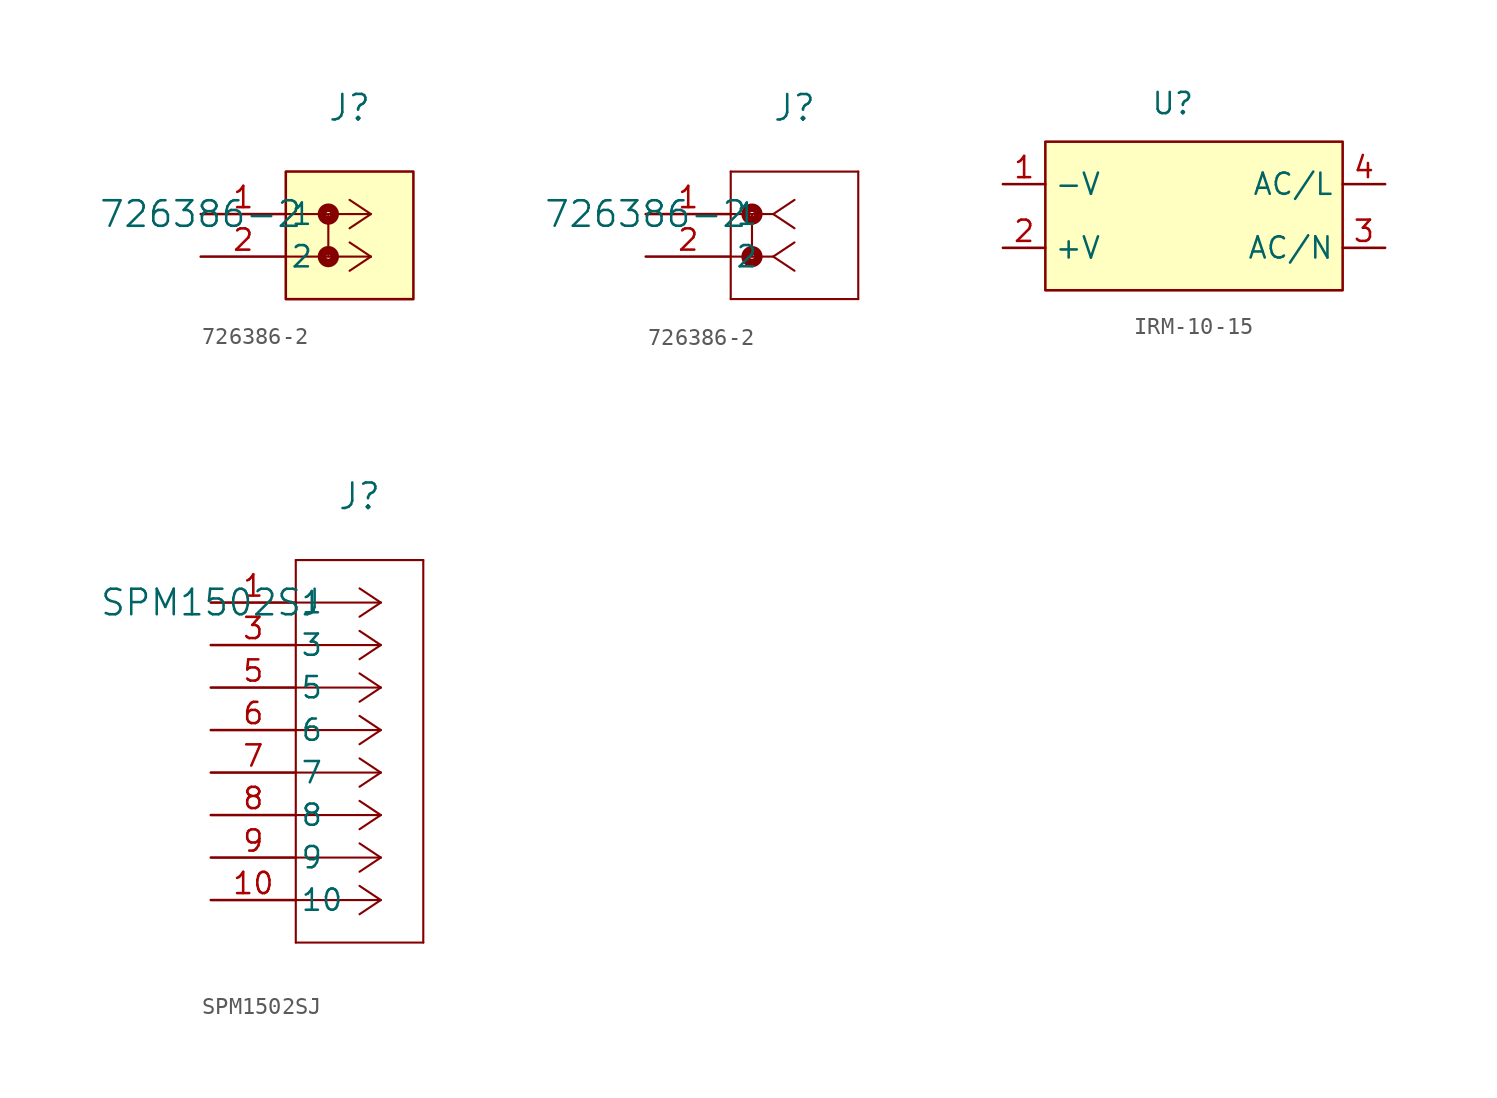
<source format=kicad_sym>
(kicad_symbol_lib
  (version 20241209)
  (generator "kicad_symbol_editor")
  (generator_version "9.0")
  (symbol "726386-2"
    (pin_names
      (offset 0.254))
    (property "Reference" "J"
      (at 8.89 6.35 0)
      (effects (font (size 1.524 1.524))))
    (property "Value" "726386-2"
      (at 0 0 0)
      (effects (font (size 1.524 1.524))))
    (property "ki_locked" ""
      (at 0 0 0)
      (effects (font (size 1.27 1.27))))
    (symbol "726386-2_1_1"
      (rectangle (start 5.08 2.54) (end 12.7 -5.08) (stroke (width 0) (type default)) (fill (type color) (color 255 255 194 1)))
      (circle (center 7.62 0) (radius 0.127) (stroke (width 0.508) (type default)) (fill (type none)))
      (polyline (pts (xy 7.62 0) (xy 7.62 -2.54)) (stroke (width 0.127) (type default)) (fill (type none)))
      (circle (center 7.62 -2.54) (radius 0.127) (stroke (width 0.508) (type default)) (fill (type none)))
      (polyline (pts (xy 10.16 0) (xy 8.89 -0.847)) (stroke (width 0.127) (type default)) (fill (type none)))
      (polyline (pts (xy 10.16 0) (xy 5.08 0)) (stroke (width 0.127) (type default)) (fill (type none)))
      (polyline (pts (xy 10.16 0) (xy 8.89 0.847)) (stroke (width 0.127) (type default)) (fill (type none)))
      (polyline (pts (xy 10.16 -2.54) (xy 8.89 -1.693)) (stroke (width 0.127) (type default)) (fill (type none)))
      (polyline (pts (xy 10.16 -2.54) (xy 8.89 -3.387)) (stroke (width 0.127) (type default)) (fill (type none)))
      (polyline (pts (xy 10.16 -2.54) (xy 5.08 -2.54)) (stroke (width 0.127) (type default)) (fill (type none)))
      (pin unspecified line (at 0 0 0) (length 5.08) (name "1" (effects (font (size 1.27 1.27)))) (number "1" (effects (font (size 1.27 1.27)))))
      (pin unspecified line (at 0 -2.54 0) (length 5.08) (name "2" (effects (font (size 1.27 1.27)))) (number "2" (effects (font (size 1.27 1.27))))))
    (symbol "726386-2_1_2"
      (polyline (pts (xy 5.08 2.54) (xy 5.08 -5.08)) (stroke (width 0.127) (type default)) (fill (type none)))
      (polyline (pts (xy 5.08 -5.08) (xy 12.7 -5.08)) (stroke (width 0.127) (type default)) (fill (type none)))
      (polyline (pts (xy 6.35 0) (xy 6.35 -2.54)) (stroke (width 0.127) (type default)) (fill (type none)))
      (circle (center 6.35 0) (radius 0.127) (stroke (width 0.508) (type default)) (fill (type none)))
      (circle (center 6.35 -2.54) (radius 0.127) (stroke (width 0.508) (type default)) (fill (type none)))
      (polyline (pts (xy 7.62 0) (xy 8.89 -0.847)) (stroke (width 0.127) (type default)) (fill (type none)))
      (polyline (pts (xy 7.62 0) (xy 8.89 0.847)) (stroke (width 0.127) (type default)) (fill (type none)))
      (polyline (pts (xy 7.62 0) (xy 5.08 0)) (stroke (width 0.127) (type default)) (fill (type none)))
      (polyline (pts (xy 7.62 -2.54) (xy 8.89 -1.693)) (stroke (width 0.127) (type default)) (fill (type none)))
      (polyline (pts (xy 7.62 -2.54) (xy 5.08 -2.54)) (stroke (width 0.127) (type default)) (fill (type none)))
      (polyline (pts (xy 7.62 -2.54) (xy 8.89 -3.387)) (stroke (width 0.127) (type default)) (fill (type none)))
      (polyline (pts (xy 12.7 2.54) (xy 5.08 2.54)) (stroke (width 0.127) (type default)) (fill (type none)))
      (polyline (pts (xy 12.7 -5.08) (xy 12.7 2.54)) (stroke (width 0.127) (type default)) (fill (type none)))
      (pin unspecified line (at 0 0 0) (length 5.08) (name "1" (effects (font (size 1.27 1.27)))) (number "1" (effects (font (size 1.27 1.27)))))
      (pin unspecified line (at 0 -2.54 0) (length 5.08) (name "2" (effects (font (size 1.27 1.27)))) (number "2" (effects (font (size 1.27 1.27)))))))
  (symbol "IRM-10-15"
    (property "Reference" "U"
      (at 0 7.366 0)
      (effects (font (size 1.27 1.27))))
    (property "Value" ""
      (at 0 0 0)
      (effects (font (size 1.27 1.27))))
    (symbol "IRM-10-15_0_1"
      (rectangle (start -7.62 5.08) (end 10.16 -3.81) (stroke (width 0) (type default)) (fill (type color) (color 255 255 194 1))))
    (symbol "IRM-10-15_1_1"
      (pin input line (at -10.16 2.54 0) (length 2.54) (name "-V" (effects (font (size 1.27 1.27)))) (number "1" (effects (font (size 1.27 1.27)))))
      (pin input line (at -10.16 -1.27 0) (length 2.54) (name "+V" (effects (font (size 1.27 1.27)))) (number "2" (effects (font (size 1.27 1.27)))))
      (pin input line (at 12.7 2.54 180) (length 2.54) (name "AC/L" (effects (font (size 1.27 1.27)))) (number "4" (effects (font (size 1.27 1.27)))))
      (pin input line (at 12.7 -1.27 180) (length 2.54) (name "AC/N" (effects (font (size 1.27 1.27)))) (number "3" (effects (font (size 1.27 1.27)))))))
  (symbol "SPM1502SJ"
    (pin_names
      (offset 0.254))
    (property "Reference" "J"
      (at 8.89 6.35 0)
      (effects (font (size 1.524 1.524))))
    (property "Value" "SPM1502SJ"
      (at 0 0 0)
      (effects (font (size 1.524 1.524))))
    (property "ki_locked" ""
      (at 0 0 0)
      (effects (font (size 1.27 1.27))))
    (symbol "SPM1502SJ_0_1"
      (polyline (pts (xy 5.08 2.54) (xy 5.08 -20.32)) (stroke (width 0.127) (type default)) (fill (type none)))
      (polyline (pts (xy 5.08 -20.32) (xy 12.7 -20.32)) (stroke (width 0.127) (type default)) (fill (type none)))
      (polyline (pts (xy 10.16 0) (xy 5.08 0)) (stroke (width 0.127) (type default)) (fill (type none)))
      (polyline (pts (xy 10.16 0) (xy 8.89 0.847)) (stroke (width 0.127) (type default)) (fill (type none)))
      (polyline (pts (xy 10.16 0) (xy 8.89 -0.847)) (stroke (width 0.127) (type default)) (fill (type none)))
      (polyline (pts (xy 10.16 -2.54) (xy 5.08 -2.54)) (stroke (width 0.127) (type default)) (fill (type none)))
      (polyline (pts (xy 10.16 -2.54) (xy 8.89 -1.693)) (stroke (width 0.127) (type default)) (fill (type none)))
      (polyline (pts (xy 10.16 -2.54) (xy 8.89 -3.387)) (stroke (width 0.127) (type default)) (fill (type none)))
      (polyline (pts (xy 10.16 -5.08) (xy 5.08 -5.08)) (stroke (width 0.127) (type default)) (fill (type none)))
      (polyline (pts (xy 10.16 -5.08) (xy 8.89 -4.233)) (stroke (width 0.127) (type default)) (fill (type none)))
      (polyline (pts (xy 10.16 -5.08) (xy 8.89 -5.927)) (stroke (width 0.127) (type default)) (fill (type none)))
      (polyline (pts (xy 10.16 -7.62) (xy 5.08 -7.62)) (stroke (width 0.127) (type default)) (fill (type none)))
      (polyline (pts (xy 10.16 -7.62) (xy 8.89 -8.467)) (stroke (width 0.127) (type default)) (fill (type none)))
      (polyline (pts (xy 10.16 -7.62) (xy 8.89 -6.773)) (stroke (width 0.127) (type default)) (fill (type none)))
      (polyline (pts (xy 10.16 -10.16) (xy 5.08 -10.16)) (stroke (width 0.127) (type default)) (fill (type none)))
      (polyline (pts (xy 10.16 -10.16) (xy 8.89 -11.007)) (stroke (width 0.127) (type default)) (fill (type none)))
      (polyline (pts (xy 10.16 -10.16) (xy 8.89 -9.313)) (stroke (width 0.127) (type default)) (fill (type none)))
      (polyline (pts (xy 10.16 -12.7) (xy 8.89 -11.853)) (stroke (width 0.127) (type default)) (fill (type none)))
      (polyline (pts (xy 10.16 -12.7) (xy 5.08 -12.7)) (stroke (width 0.127) (type default)) (fill (type none)))
      (polyline (pts (xy 10.16 -12.7) (xy 8.89 -13.547)) (stroke (width 0.127) (type default)) (fill (type none)))
      (polyline (pts (xy 10.16 -15.24) (xy 8.89 -16.087)) (stroke (width 0.127) (type default)) (fill (type none)))
      (polyline (pts (xy 10.16 -15.24) (xy 8.89 -14.393)) (stroke (width 0.127) (type default)) (fill (type none)))
      (polyline (pts (xy 10.16 -15.24) (xy 5.08 -15.24)) (stroke (width 0.127) (type default)) (fill (type none)))
      (polyline (pts (xy 10.16 -17.78) (xy 5.08 -17.78)) (stroke (width 0.127) (type default)) (fill (type none)))
      (polyline (pts (xy 10.16 -17.78) (xy 8.89 -16.933)) (stroke (width 0.127) (type default)) (fill (type none)))
      (polyline (pts (xy 10.16 -17.78) (xy 8.89 -18.627)) (stroke (width 0.127) (type default)) (fill (type none)))
      (polyline (pts (xy 12.7 2.54) (xy 5.08 2.54)) (stroke (width 0.127) (type default)) (fill (type none)))
      (polyline (pts (xy 12.7 -20.32) (xy 12.7 2.54)) (stroke (width 0.127) (type default)) (fill (type none)))
      (pin unspecified line (at 0 0 0) (length 5.08) (name "1" (effects (font (size 1.27 1.27)))) (number "1" (effects (font (size 1.27 1.27)))))
      (pin unspecified line (at 0 -2.54 0) (length 5.08) (name "3" (effects (font (size 1.27 1.27)))) (number "3" (effects (font (size 1.27 1.27)))))
      (pin unspecified line (at 0 -5.08 0) (length 5.08) (name "5" (effects (font (size 1.27 1.27)))) (number "5" (effects (font (size 1.27 1.27)))))
      (pin unspecified line (at 0 -7.62 0) (length 5.08) (name "6" (effects (font (size 1.27 1.27)))) (number "6" (effects (font (size 1.27 1.27)))))
      (pin unspecified line (at 0 -10.16 0) (length 5.08) (name "7" (effects (font (size 1.27 1.27)))) (number "7" (effects (font (size 1.27 1.27)))))
      (pin unspecified line (at 0 -12.7 0) (length 5.08) (name "8" (effects (font (size 1.27 1.27)))) (number "8" (effects (font (size 1.27 1.27)))))
      (pin unspecified line (at 0 -15.24 0) (length 5.08) (name "9" (effects (font (size 1.27 1.27)))) (number "9" (effects (font (size 1.27 1.27)))))
      (pin unspecified line (at 0 -17.78 0) (length 5.08) (name "10" (effects (font (size 1.27 1.27)))) (number "10" (effects (font (size 1.27 1.27))))))))
</source>
